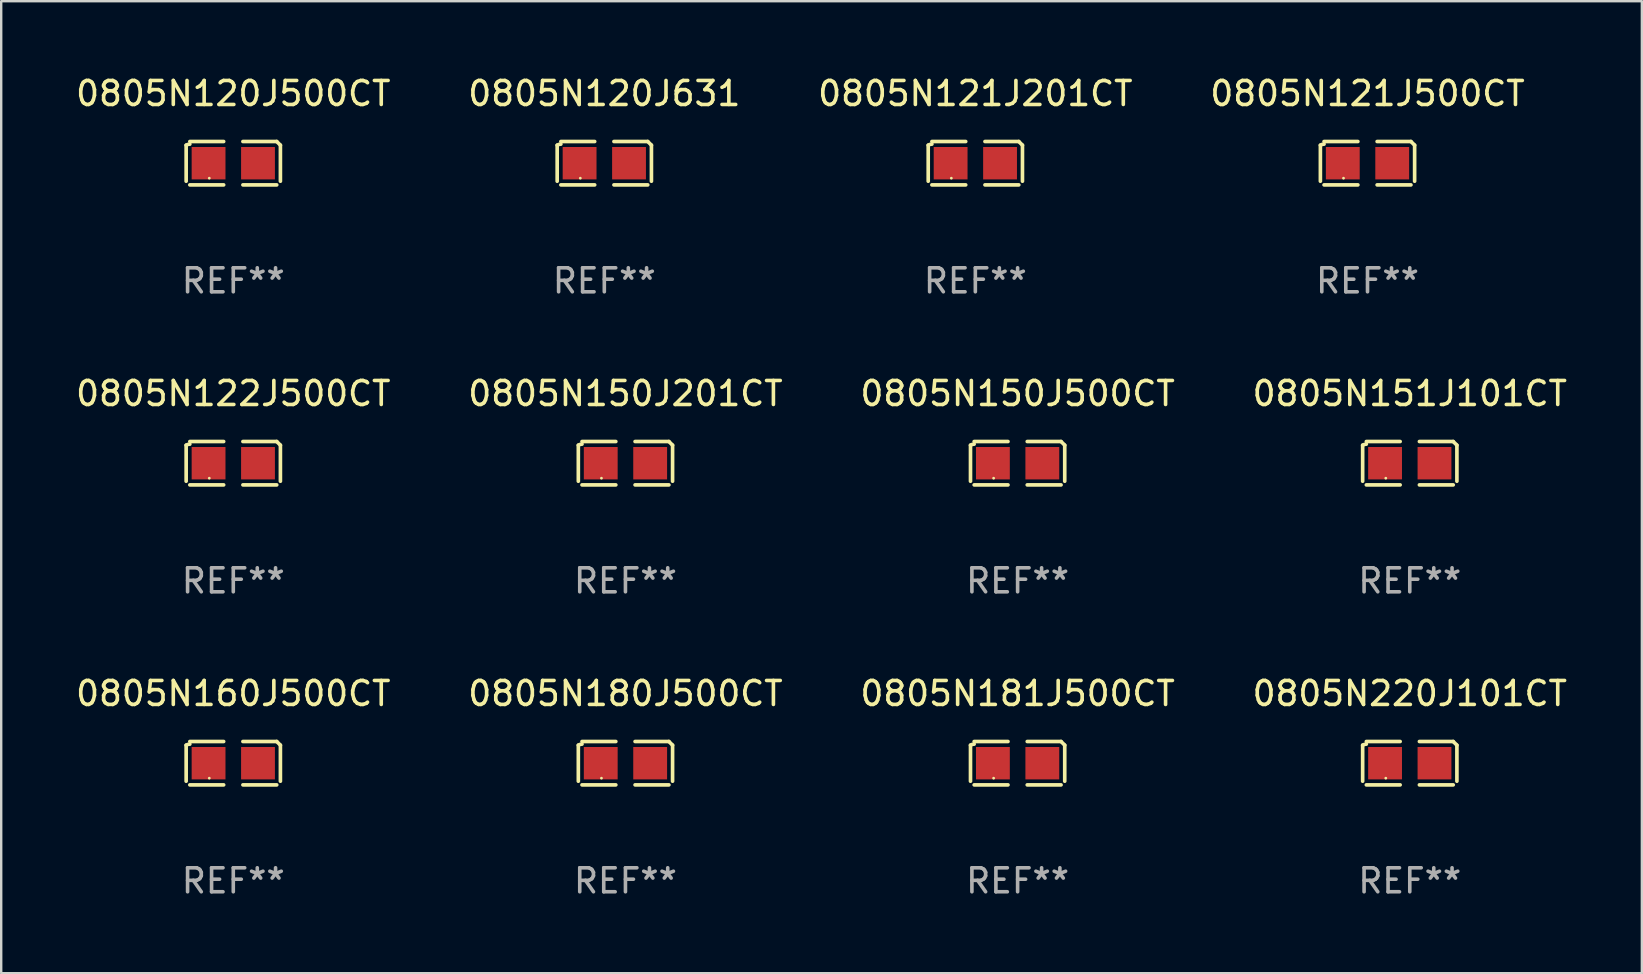
<source format=kicad_pcb>
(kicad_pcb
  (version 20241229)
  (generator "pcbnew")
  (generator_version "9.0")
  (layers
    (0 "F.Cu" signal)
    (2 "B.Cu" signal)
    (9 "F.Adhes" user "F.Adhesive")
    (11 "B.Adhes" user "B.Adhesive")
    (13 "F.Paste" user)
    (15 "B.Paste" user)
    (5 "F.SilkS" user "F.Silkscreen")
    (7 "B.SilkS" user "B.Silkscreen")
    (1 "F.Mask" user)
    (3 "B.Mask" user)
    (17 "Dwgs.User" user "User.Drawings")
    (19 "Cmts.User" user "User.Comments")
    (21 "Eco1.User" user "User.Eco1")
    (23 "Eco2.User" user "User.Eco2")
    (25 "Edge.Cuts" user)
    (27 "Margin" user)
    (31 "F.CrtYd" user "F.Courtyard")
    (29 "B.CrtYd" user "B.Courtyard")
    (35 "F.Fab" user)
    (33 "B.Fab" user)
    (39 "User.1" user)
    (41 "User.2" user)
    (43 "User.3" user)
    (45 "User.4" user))
  (footprint "0805N121J500CT"
    (layer "F.Cu")
    (at 53.946 3.752)
    (property "Reference" "0805N121J500CT" (at 0 -2.904 0) (layer "F.SilkS") (effects (font (size 1 1) (thickness 0.15))))
    (attr through_hole)
    (fp_line (start -1.964 0.751) (end -1.964 -0.751) (stroke (width 0.152) (type solid)) (layer "F.SilkS"))
    (fp_line (start -1.811 -0.904) (end -0.401 -0.904) (stroke (width 0.152) (type solid)) (layer "F.SilkS"))
    (fp_line (start -0.401 0.904) (end -1.811 0.904) (stroke (width 0.152) (type solid)) (layer "F.SilkS"))
    (fp_line (start 0.401 0.904) (end 1.811 0.904) (stroke (width 0.152) (type solid)) (layer "F.SilkS"))
    (fp_line (start 1.811 -0.904) (end 0.401 -0.904) (stroke (width 0.152) (type solid)) (layer "F.SilkS"))
    (fp_line (start 1.964 0.751) (end 1.964 -0.751) (stroke (width 0.152) (type solid)) (layer "F.SilkS"))
    (fp_arc (start -1.963602 -0.751207) (mid -1.890354 -0.783131) (end -1.811201 -0.794044) (stroke (width 0.1524) (type solid)) (layer "F.SilkS"))
    (fp_arc (start 1.811202 -0.903607) (mid 1.887413 -0.827418) (end 1.963602 -0.751207) (stroke (width 0.1524) (type solid)) (layer "F.SilkS"))
    (fp_circle (center -1 0.625) (end -0.97 0.625) (stroke (width 0.06) (type solid)) (fill no) (layer "F.SilkS"))
    (fp_text user "REF**" (at 0 4.904 0) (layer "F.Fab") (effects (font (size 1 1) (thickness 0.15))))
    (pad "1" smd rect (at -1.03 0) (size 1.41 1.35) (layers "F.Cu" "F.Mask" "F.Paste"))
    (pad "2" smd rect (at 1.03 0) (size 1.41 1.35) (layers "F.Cu" "F.Mask" "F.Paste")))
  (footprint "0805N150J500CT"
    (layer "F.Cu")
    (at 39.363 16.256)
    (property "Reference" "0805N150J500CT" (at 0 -2.904 0) (layer "F.SilkS") (effects (font (size 1 1) (thickness 0.15))))
    (attr through_hole)
    (fp_line (start -1.964 0.751) (end -1.964 -0.751) (stroke (width 0.152) (type solid)) (layer "F.SilkS"))
    (fp_line (start -1.811 -0.904) (end -0.401 -0.904) (stroke (width 0.152) (type solid)) (layer "F.SilkS"))
    (fp_line (start -0.401 0.904) (end -1.811 0.904) (stroke (width 0.152) (type solid)) (layer "F.SilkS"))
    (fp_line (start 0.401 0.904) (end 1.811 0.904) (stroke (width 0.152) (type solid)) (layer "F.SilkS"))
    (fp_line (start 1.811 -0.904) (end 0.401 -0.904) (stroke (width 0.152) (type solid)) (layer "F.SilkS"))
    (fp_line (start 1.964 0.751) (end 1.964 -0.751) (stroke (width 0.152) (type solid)) (layer "F.SilkS"))
    (fp_arc (start -1.963602 -0.751207) (mid -1.890354 -0.783131) (end -1.811201 -0.794044) (stroke (width 0.1524) (type solid)) (layer "F.SilkS"))
    (fp_arc (start 1.811202 -0.903607) (mid 1.887413 -0.827418) (end 1.963602 -0.751207) (stroke (width 0.1524) (type solid)) (layer "F.SilkS"))
    (fp_circle (center -1 0.625) (end -0.97 0.625) (stroke (width 0.06) (type solid)) (fill no) (layer "F.SilkS"))
    (fp_text user "REF**" (at 0 4.904 0) (layer "F.Fab") (effects (font (size 1 1) (thickness 0.15))))
    (pad "1" smd rect (at -1.03 0) (size 1.41 1.35) (layers "F.Cu" "F.Mask" "F.Paste"))
    (pad "2" smd rect (at 1.03 0) (size 1.41 1.35) (layers "F.Cu" "F.Mask" "F.Paste")))
  (footprint "0805N120J500CT"
    (layer "F.Cu")
    (at 6.673 3.752)
    (property "Reference" "0805N120J500CT" (at 0 -2.904 0) (layer "F.SilkS") (effects (font (size 1 1) (thickness 0.15))))
    (attr through_hole)
    (fp_line (start -1.964 0.751) (end -1.964 -0.751) (stroke (width 0.152) (type solid)) (layer "F.SilkS"))
    (fp_line (start -1.811 -0.904) (end -0.401 -0.904) (stroke (width 0.152) (type solid)) (layer "F.SilkS"))
    (fp_line (start -0.401 0.904) (end -1.811 0.904) (stroke (width 0.152) (type solid)) (layer "F.SilkS"))
    (fp_line (start 0.401 0.904) (end 1.811 0.904) (stroke (width 0.152) (type solid)) (layer "F.SilkS"))
    (fp_line (start 1.811 -0.904) (end 0.401 -0.904) (stroke (width 0.152) (type solid)) (layer "F.SilkS"))
    (fp_line (start 1.964 0.751) (end 1.964 -0.751) (stroke (width 0.152) (type solid)) (layer "F.SilkS"))
    (fp_arc (start -1.963602 -0.751207) (mid -1.890354 -0.783131) (end -1.811201 -0.794044) (stroke (width 0.1524) (type solid)) (layer "F.SilkS"))
    (fp_arc (start 1.811202 -0.903607) (mid 1.887413 -0.827418) (end 1.963602 -0.751207) (stroke (width 0.1524) (type solid)) (layer "F.SilkS"))
    (fp_circle (center -1 0.625) (end -0.97 0.625) (stroke (width 0.06) (type solid)) (fill no) (layer "F.SilkS"))
    (fp_text user "REF**" (at 0 4.904 0) (layer "F.Fab") (effects (font (size 1 1) (thickness 0.15))))
    (pad "1" smd rect (at -1.03 0) (size 1.41 1.35) (layers "F.Cu" "F.Mask" "F.Paste"))
    (pad "2" smd rect (at 1.03 0) (size 1.41 1.35) (layers "F.Cu" "F.Mask" "F.Paste")))
  (footprint "0805N122J500CT"
    (layer "F.Cu")
    (at 6.673 16.256)
    (property "Reference" "0805N122J500CT" (at 0 -2.904 0) (layer "F.SilkS") (effects (font (size 1 1) (thickness 0.15))))
    (attr through_hole)
    (fp_line (start -1.964 0.751) (end -1.964 -0.751) (stroke (width 0.152) (type solid)) (layer "F.SilkS"))
    (fp_line (start -1.811 -0.904) (end -0.401 -0.904) (stroke (width 0.152) (type solid)) (layer "F.SilkS"))
    (fp_line (start -0.401 0.904) (end -1.811 0.904) (stroke (width 0.152) (type solid)) (layer "F.SilkS"))
    (fp_line (start 0.401 0.904) (end 1.811 0.904) (stroke (width 0.152) (type solid)) (layer "F.SilkS"))
    (fp_line (start 1.811 -0.904) (end 0.401 -0.904) (stroke (width 0.152) (type solid)) (layer "F.SilkS"))
    (fp_line (start 1.964 0.751) (end 1.964 -0.751) (stroke (width 0.152) (type solid)) (layer "F.SilkS"))
    (fp_arc (start -1.963602 -0.751207) (mid -1.890354 -0.783131) (end -1.811201 -0.794044) (stroke (width 0.1524) (type solid)) (layer "F.SilkS"))
    (fp_arc (start 1.811202 -0.903607) (mid 1.887413 -0.827418) (end 1.963602 -0.751207) (stroke (width 0.1524) (type solid)) (layer "F.SilkS"))
    (fp_circle (center -1 0.625) (end -0.97 0.625) (stroke (width 0.06) (type solid)) (fill no) (layer "F.SilkS"))
    (fp_text user "REF**" (at 0 4.904 0) (layer "F.Fab") (effects (font (size 1 1) (thickness 0.15))))
    (pad "1" smd rect (at -1.03 0) (size 1.41 1.35) (layers "F.Cu" "F.Mask" "F.Paste"))
    (pad "2" smd rect (at 1.03 0) (size 1.41 1.35) (layers "F.Cu" "F.Mask" "F.Paste")))
  (footprint "0805N151J101CT"
    (layer "F.Cu")
    (at 55.708 16.256)
    (property "Reference" "0805N151J101CT" (at 0 -2.904 0) (layer "F.SilkS") (effects (font (size 1 1) (thickness 0.15))))
    (attr through_hole)
    (fp_line (start -1.964 0.751) (end -1.964 -0.751) (stroke (width 0.152) (type solid)) (layer "F.SilkS"))
    (fp_line (start -1.811 -0.904) (end -0.401 -0.904) (stroke (width 0.152) (type solid)) (layer "F.SilkS"))
    (fp_line (start -0.401 0.904) (end -1.811 0.904) (stroke (width 0.152) (type solid)) (layer "F.SilkS"))
    (fp_line (start 0.401 0.904) (end 1.811 0.904) (stroke (width 0.152) (type solid)) (layer "F.SilkS"))
    (fp_line (start 1.811 -0.904) (end 0.401 -0.904) (stroke (width 0.152) (type solid)) (layer "F.SilkS"))
    (fp_line (start 1.964 0.751) (end 1.964 -0.751) (stroke (width 0.152) (type solid)) (layer "F.SilkS"))
    (fp_arc (start -1.963602 -0.751207) (mid -1.890354 -0.783131) (end -1.811201 -0.794044) (stroke (width 0.1524) (type solid)) (layer "F.SilkS"))
    (fp_arc (start 1.811202 -0.903607) (mid 1.887413 -0.827418) (end 1.963602 -0.751207) (stroke (width 0.1524) (type solid)) (layer "F.SilkS"))
    (fp_circle (center -1 0.625) (end -0.97 0.625) (stroke (width 0.06) (type solid)) (fill no) (layer "F.SilkS"))
    (fp_text user "REF**" (at 0 4.904 0) (layer "F.Fab") (effects (font (size 1 1) (thickness 0.15))))
    (pad "1" smd rect (at -1.03 0) (size 1.41 1.35) (layers "F.Cu" "F.Mask" "F.Paste"))
    (pad "2" smd rect (at 1.03 0) (size 1.41 1.35) (layers "F.Cu" "F.Mask" "F.Paste")))
  (footprint "0805N150J201CT"
    (layer "F.Cu")
    (at 23.018 16.256)
    (property "Reference" "0805N150J201CT" (at 0 -2.904 0) (layer "F.SilkS") (effects (font (size 1 1) (thickness 0.15))))
    (attr through_hole)
    (fp_line (start -1.964 0.751) (end -1.964 -0.751) (stroke (width 0.152) (type solid)) (layer "F.SilkS"))
    (fp_line (start -1.811 -0.904) (end -0.401 -0.904) (stroke (width 0.152) (type solid)) (layer "F.SilkS"))
    (fp_line (start -0.401 0.904) (end -1.811 0.904) (stroke (width 0.152) (type solid)) (layer "F.SilkS"))
    (fp_line (start 0.401 0.904) (end 1.811 0.904) (stroke (width 0.152) (type solid)) (layer "F.SilkS"))
    (fp_line (start 1.811 -0.904) (end 0.401 -0.904) (stroke (width 0.152) (type solid)) (layer "F.SilkS"))
    (fp_line (start 1.964 0.751) (end 1.964 -0.751) (stroke (width 0.152) (type solid)) (layer "F.SilkS"))
    (fp_arc (start -1.963602 -0.751207) (mid -1.890354 -0.783131) (end -1.811201 -0.794044) (stroke (width 0.1524) (type solid)) (layer "F.SilkS"))
    (fp_arc (start 1.811202 -0.903607) (mid 1.887413 -0.827418) (end 1.963602 -0.751207) (stroke (width 0.1524) (type solid)) (layer "F.SilkS"))
    (fp_circle (center -1 0.625) (end -0.97 0.625) (stroke (width 0.06) (type solid)) (fill no) (layer "F.SilkS"))
    (fp_text user "REF**" (at 0 4.904 0) (layer "F.Fab") (effects (font (size 1 1) (thickness 0.15))))
    (pad "1" smd rect (at -1.03 0) (size 1.41 1.35) (layers "F.Cu" "F.Mask" "F.Paste"))
    (pad "2" smd rect (at 1.03 0) (size 1.41 1.35) (layers "F.Cu" "F.Mask" "F.Paste")))
  (footprint "0805N220J101CT"
    (layer "F.Cu")
    (at 55.708 28.759)
    (property "Reference" "0805N220J101CT" (at 0 -2.904 0) (layer "F.SilkS") (effects (font (size 1 1) (thickness 0.15))))
    (attr through_hole)
    (fp_line (start -1.964 0.751) (end -1.964 -0.751) (stroke (width 0.152) (type solid)) (layer "F.SilkS"))
    (fp_line (start -1.811 -0.904) (end -0.401 -0.904) (stroke (width 0.152) (type solid)) (layer "F.SilkS"))
    (fp_line (start -0.401 0.904) (end -1.811 0.904) (stroke (width 0.152) (type solid)) (layer "F.SilkS"))
    (fp_line (start 0.401 0.904) (end 1.811 0.904) (stroke (width 0.152) (type solid)) (layer "F.SilkS"))
    (fp_line (start 1.811 -0.904) (end 0.401 -0.904) (stroke (width 0.152) (type solid)) (layer "F.SilkS"))
    (fp_line (start 1.964 0.751) (end 1.964 -0.751) (stroke (width 0.152) (type solid)) (layer "F.SilkS"))
    (fp_arc (start -1.963602 -0.751207) (mid -1.890354 -0.783131) (end -1.811201 -0.794044) (stroke (width 0.1524) (type solid)) (layer "F.SilkS"))
    (fp_arc (start 1.811202 -0.903607) (mid 1.887413 -0.827418) (end 1.963602 -0.751207) (stroke (width 0.1524) (type solid)) (layer "F.SilkS"))
    (fp_circle (center -1 0.625) (end -0.97 0.625) (stroke (width 0.06) (type solid)) (fill no) (layer "F.SilkS"))
    (fp_text user "REF**" (at 0 4.904 0) (layer "F.Fab") (effects (font (size 1 1) (thickness 0.15))))
    (pad "1" smd rect (at -1.03 0) (size 1.41 1.35) (layers "F.Cu" "F.Mask" "F.Paste"))
    (pad "2" smd rect (at 1.03 0) (size 1.41 1.35) (layers "F.Cu" "F.Mask" "F.Paste")))
  (footprint "0805N160J500CT"
    (layer "F.Cu")
    (at 6.673 28.759)
    (property "Reference" "0805N160J500CT" (at 0 -2.904 0) (layer "F.SilkS") (effects (font (size 1 1) (thickness 0.15))))
    (attr through_hole)
    (fp_line (start -1.964 0.751) (end -1.964 -0.751) (stroke (width 0.152) (type solid)) (layer "F.SilkS"))
    (fp_line (start -1.811 -0.904) (end -0.401 -0.904) (stroke (width 0.152) (type solid)) (layer "F.SilkS"))
    (fp_line (start -0.401 0.904) (end -1.811 0.904) (stroke (width 0.152) (type solid)) (layer "F.SilkS"))
    (fp_line (start 0.401 0.904) (end 1.811 0.904) (stroke (width 0.152) (type solid)) (layer "F.SilkS"))
    (fp_line (start 1.811 -0.904) (end 0.401 -0.904) (stroke (width 0.152) (type solid)) (layer "F.SilkS"))
    (fp_line (start 1.964 0.751) (end 1.964 -0.751) (stroke (width 0.152) (type solid)) (layer "F.SilkS"))
    (fp_arc (start -1.963602 -0.751207) (mid -1.890354 -0.783131) (end -1.811201 -0.794044) (stroke (width 0.1524) (type solid)) (layer "F.SilkS"))
    (fp_arc (start 1.811202 -0.903607) (mid 1.887413 -0.827418) (end 1.963602 -0.751207) (stroke (width 0.1524) (type solid)) (layer "F.SilkS"))
    (fp_circle (center -1 0.625) (end -0.97 0.625) (stroke (width 0.06) (type solid)) (fill no) (layer "F.SilkS"))
    (fp_text user "REF**" (at 0 4.904 0) (layer "F.Fab") (effects (font (size 1 1) (thickness 0.15))))
    (pad "1" smd rect (at -1.03 0) (size 1.41 1.35) (layers "F.Cu" "F.Mask" "F.Paste"))
    (pad "2" smd rect (at 1.03 0) (size 1.41 1.35) (layers "F.Cu" "F.Mask" "F.Paste")))
  (footprint "0805N121J201CT"
    (layer "F.Cu")
    (at 37.601 3.752)
    (property "Reference" "0805N121J201CT" (at 0 -2.904 0) (layer "F.SilkS") (effects (font (size 1 1) (thickness 0.15))))
    (attr through_hole)
    (fp_line (start -1.964 0.751) (end -1.964 -0.751) (stroke (width 0.152) (type solid)) (layer "F.SilkS"))
    (fp_line (start -1.811 -0.904) (end -0.401 -0.904) (stroke (width 0.152) (type solid)) (layer "F.SilkS"))
    (fp_line (start -0.401 0.904) (end -1.811 0.904) (stroke (width 0.152) (type solid)) (layer "F.SilkS"))
    (fp_line (start 0.401 0.904) (end 1.811 0.904) (stroke (width 0.152) (type solid)) (layer "F.SilkS"))
    (fp_line (start 1.811 -0.904) (end 0.401 -0.904) (stroke (width 0.152) (type solid)) (layer "F.SilkS"))
    (fp_line (start 1.964 0.751) (end 1.964 -0.751) (stroke (width 0.152) (type solid)) (layer "F.SilkS"))
    (fp_arc (start -1.963602 -0.751207) (mid -1.890354 -0.783131) (end -1.811201 -0.794044) (stroke (width 0.1524) (type solid)) (layer "F.SilkS"))
    (fp_arc (start 1.811202 -0.903607) (mid 1.887413 -0.827418) (end 1.963602 -0.751207) (stroke (width 0.1524) (type solid)) (layer "F.SilkS"))
    (fp_circle (center -1 0.625) (end -0.97 0.625) (stroke (width 0.06) (type solid)) (fill no) (layer "F.SilkS"))
    (fp_text user "REF**" (at 0 4.904 0) (layer "F.Fab") (effects (font (size 1 1) (thickness 0.15))))
    (pad "1" smd rect (at -1.03 0) (size 1.41 1.35) (layers "F.Cu" "F.Mask" "F.Paste"))
    (pad "2" smd rect (at 1.03 0) (size 1.41 1.35) (layers "F.Cu" "F.Mask" "F.Paste")))
  (footprint "0805N120J631"
    (layer "F.Cu")
    (at 22.137 3.752)
    (property "Reference" "0805N120J631" (at 0 -2.904 0) (layer "F.SilkS") (effects (font (size 1 1) (thickness 0.15))))
    (attr through_hole)
    (fp_line (start -1.964 0.751) (end -1.964 -0.751) (stroke (width 0.152) (type solid)) (layer "F.SilkS"))
    (fp_line (start -1.811 -0.904) (end -0.401 -0.904) (stroke (width 0.152) (type solid)) (layer "F.SilkS"))
    (fp_line (start -0.401 0.904) (end -1.811 0.904) (stroke (width 0.152) (type solid)) (layer "F.SilkS"))
    (fp_line (start 0.401 0.904) (end 1.811 0.904) (stroke (width 0.152) (type solid)) (layer "F.SilkS"))
    (fp_line (start 1.811 -0.904) (end 0.401 -0.904) (stroke (width 0.152) (type solid)) (layer "F.SilkS"))
    (fp_line (start 1.964 0.751) (end 1.964 -0.751) (stroke (width 0.152) (type solid)) (layer "F.SilkS"))
    (fp_arc (start -1.963602 -0.751207) (mid -1.890354 -0.783131) (end -1.811201 -0.794044) (stroke (width 0.1524) (type solid)) (layer "F.SilkS"))
    (fp_arc (start 1.811202 -0.903607) (mid 1.887413 -0.827418) (end 1.963602 -0.751207) (stroke (width 0.1524) (type solid)) (layer "F.SilkS"))
    (fp_circle (center -1 0.625) (end -0.97 0.625) (stroke (width 0.06) (type solid)) (fill no) (layer "F.SilkS"))
    (fp_text user "REF**" (at 0 4.904 0) (layer "F.Fab") (effects (font (size 1 1) (thickness 0.15))))
    (pad "1" smd rect (at -1.03 0) (size 1.41 1.35) (layers "F.Cu" "F.Mask" "F.Paste"))
    (pad "2" smd rect (at 1.03 0) (size 1.41 1.35) (layers "F.Cu" "F.Mask" "F.Paste")))
  (footprint "0805N181J500CT"
    (layer "F.Cu")
    (at 39.363 28.759)
    (property "Reference" "0805N181J500CT" (at 0 -2.904 0) (layer "F.SilkS") (effects (font (size 1 1) (thickness 0.15))))
    (attr through_hole)
    (fp_line (start -1.964 0.751) (end -1.964 -0.751) (stroke (width 0.152) (type solid)) (layer "F.SilkS"))
    (fp_line (start -1.811 -0.904) (end -0.401 -0.904) (stroke (width 0.152) (type solid)) (layer "F.SilkS"))
    (fp_line (start -0.401 0.904) (end -1.811 0.904) (stroke (width 0.152) (type solid)) (layer "F.SilkS"))
    (fp_line (start 0.401 0.904) (end 1.811 0.904) (stroke (width 0.152) (type solid)) (layer "F.SilkS"))
    (fp_line (start 1.811 -0.904) (end 0.401 -0.904) (stroke (width 0.152) (type solid)) (layer "F.SilkS"))
    (fp_line (start 1.964 0.751) (end 1.964 -0.751) (stroke (width 0.152) (type solid)) (layer "F.SilkS"))
    (fp_arc (start -1.963602 -0.751207) (mid -1.890354 -0.783131) (end -1.811201 -0.794044) (stroke (width 0.1524) (type solid)) (layer "F.SilkS"))
    (fp_arc (start 1.811202 -0.903607) (mid 1.887413 -0.827418) (end 1.963602 -0.751207) (stroke (width 0.1524) (type solid)) (layer "F.SilkS"))
    (fp_circle (center -1 0.625) (end -0.97 0.625) (stroke (width 0.06) (type solid)) (fill no) (layer "F.SilkS"))
    (fp_text user "REF**" (at 0 4.904 0) (layer "F.Fab") (effects (font (size 1 1) (thickness 0.15))))
    (pad "1" smd rect (at -1.03 0) (size 1.41 1.35) (layers "F.Cu" "F.Mask" "F.Paste"))
    (pad "2" smd rect (at 1.03 0) (size 1.41 1.35) (layers "F.Cu" "F.Mask" "F.Paste")))
  (footprint "0805N180J500CT"
    (layer "F.Cu")
    (at 23.018 28.759)
    (property "Reference" "0805N180J500CT" (at 0 -2.904 0) (layer "F.SilkS") (effects (font (size 1 1) (thickness 0.15))))
    (attr through_hole)
    (fp_line (start -1.964 0.751) (end -1.964 -0.751) (stroke (width 0.152) (type solid)) (layer "F.SilkS"))
    (fp_line (start -1.811 -0.904) (end -0.401 -0.904) (stroke (width 0.152) (type solid)) (layer "F.SilkS"))
    (fp_line (start -0.401 0.904) (end -1.811 0.904) (stroke (width 0.152) (type solid)) (layer "F.SilkS"))
    (fp_line (start 0.401 0.904) (end 1.811 0.904) (stroke (width 0.152) (type solid)) (layer "F.SilkS"))
    (fp_line (start 1.811 -0.904) (end 0.401 -0.904) (stroke (width 0.152) (type solid)) (layer "F.SilkS"))
    (fp_line (start 1.964 0.751) (end 1.964 -0.751) (stroke (width 0.152) (type solid)) (layer "F.SilkS"))
    (fp_arc (start -1.963602 -0.751207) (mid -1.890354 -0.783131) (end -1.811201 -0.794044) (stroke (width 0.1524) (type solid)) (layer "F.SilkS"))
    (fp_arc (start 1.811202 -0.903607) (mid 1.887413 -0.827418) (end 1.963602 -0.751207) (stroke (width 0.1524) (type solid)) (layer "F.SilkS"))
    (fp_circle (center -1 0.625) (end -0.97 0.625) (stroke (width 0.06) (type solid)) (fill no) (layer "F.SilkS"))
    (fp_text user "REF**" (at 0 4.904 0) (layer "F.Fab") (effects (font (size 1 1) (thickness 0.15))))
    (pad "1" smd rect (at -1.03 0) (size 1.41 1.35) (layers "F.Cu" "F.Mask" "F.Paste"))
    (pad "2" smd rect (at 1.03 0) (size 1.41 1.35) (layers "F.Cu" "F.Mask" "F.Paste")))
  (gr_rect
    (start -3 -3)
    (end 65.381 37.511)
    (stroke (width 0.1) (type default))
    (fill no)
    (layer "Edge.Cuts")))
</source>
